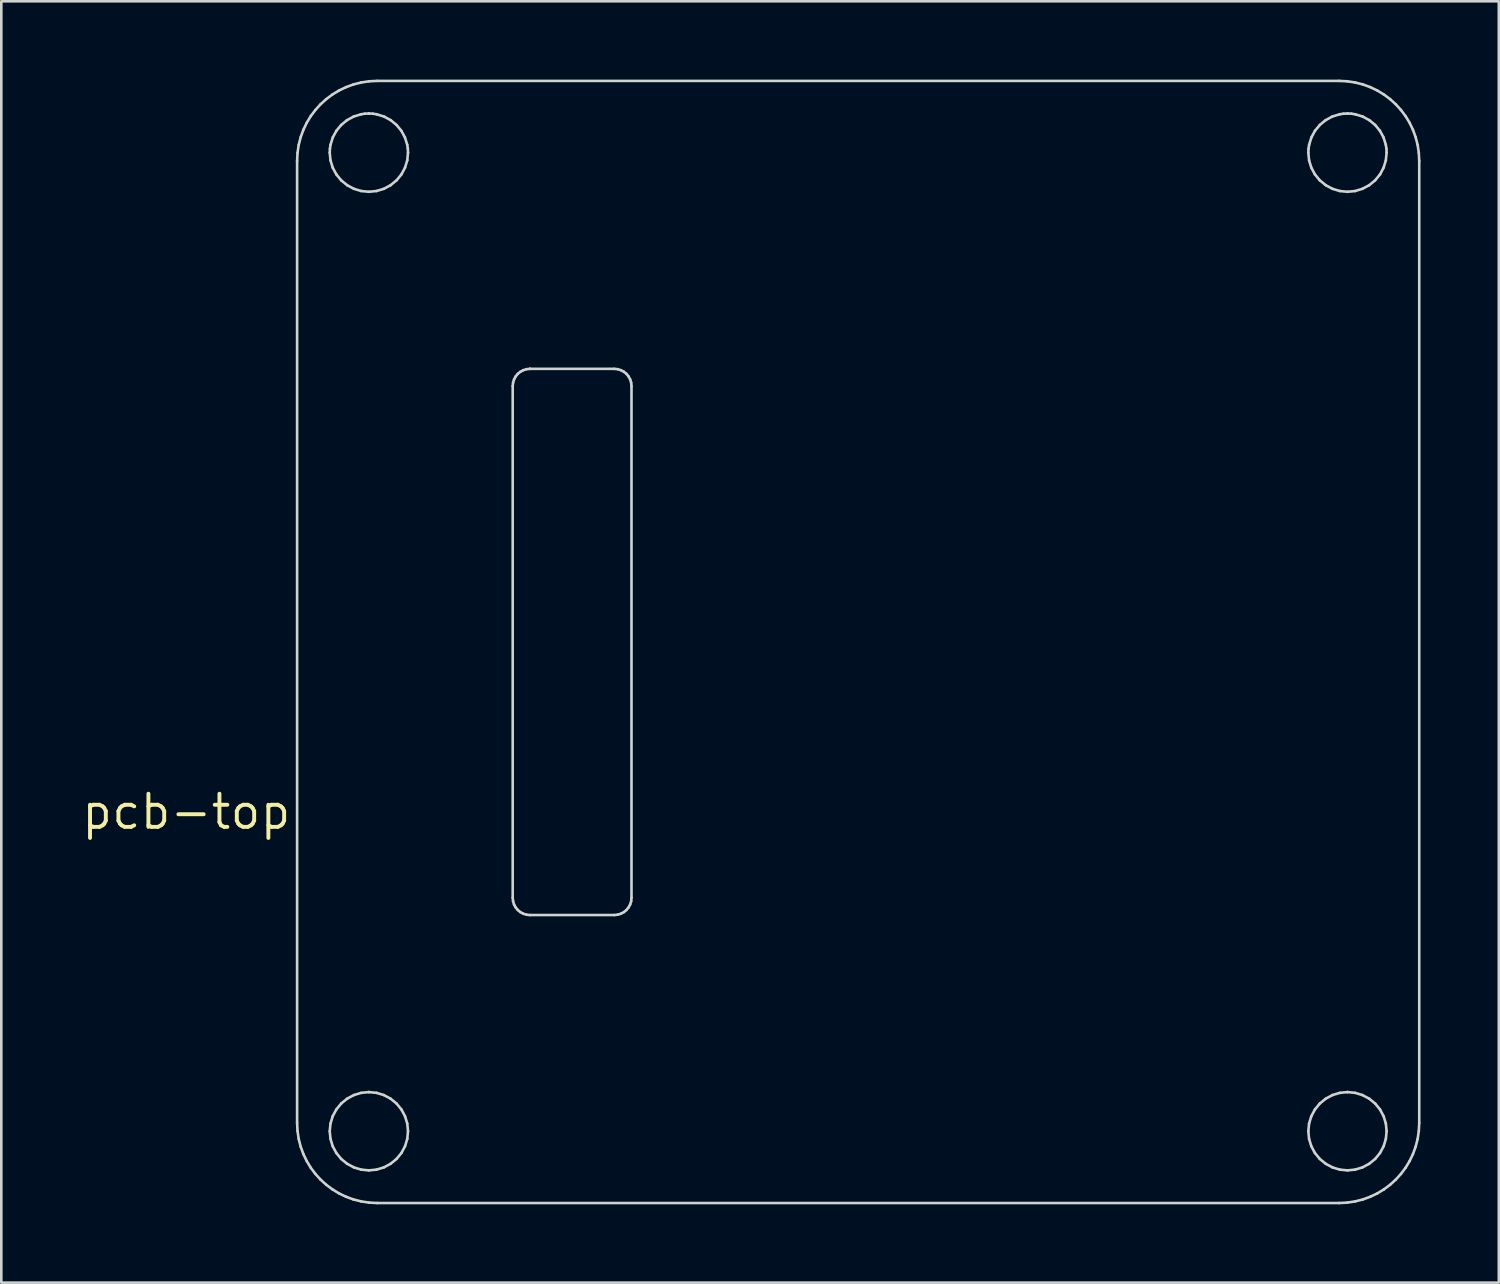
<source format=kicad_pcb>
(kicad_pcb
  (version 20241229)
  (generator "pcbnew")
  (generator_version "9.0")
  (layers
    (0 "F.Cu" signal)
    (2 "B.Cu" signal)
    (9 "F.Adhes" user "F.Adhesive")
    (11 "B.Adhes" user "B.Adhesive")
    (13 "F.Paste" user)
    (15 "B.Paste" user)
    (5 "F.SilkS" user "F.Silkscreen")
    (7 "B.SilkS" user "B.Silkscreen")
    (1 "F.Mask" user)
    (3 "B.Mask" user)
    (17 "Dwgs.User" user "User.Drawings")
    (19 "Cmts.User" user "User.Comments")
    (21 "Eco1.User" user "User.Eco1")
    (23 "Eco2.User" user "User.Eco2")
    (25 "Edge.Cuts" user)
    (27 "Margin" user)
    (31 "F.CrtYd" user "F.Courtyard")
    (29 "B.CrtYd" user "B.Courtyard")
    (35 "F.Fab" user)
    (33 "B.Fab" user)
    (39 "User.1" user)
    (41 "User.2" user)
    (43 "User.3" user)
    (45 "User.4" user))
  (footprint "pcb-top"
    (layer "F.Cu")
    (at 6.629 24.068)
    (property "Reference" "pcb-top" (at -2.54 3.988 0) (layer "F.SilkS") (effects (font (size 1.27 1.27) (thickness 0.15))))
    (attr through_hole)
    (fp_line (start 1.706 -20.947) (end 1.706 15.91) (stroke (width 0.1) (type solid)) (layer "Edge.Cuts"))
    (fp_line (start 1.706 15.91) (end 1.722 16.225) (stroke (width 0.1) (type solid)) (layer "Edge.Cuts"))
    (fp_line (start 1.722 -21.262) (end 1.706 -20.947) (stroke (width 0.1) (type solid)) (layer "Edge.Cuts"))
    (fp_line (start 1.722 16.225) (end 1.768 16.53) (stroke (width 0.1) (type solid)) (layer "Edge.Cuts"))
    (fp_line (start 1.768 -21.568) (end 1.722 -21.262) (stroke (width 0.1) (type solid)) (layer "Edge.Cuts"))
    (fp_line (start 1.768 16.53) (end 1.844 16.825) (stroke (width 0.1) (type solid)) (layer "Edge.Cuts"))
    (fp_line (start 1.844 -21.863) (end 1.768 -21.568) (stroke (width 0.1) (type solid)) (layer "Edge.Cuts"))
    (fp_line (start 1.844 16.825) (end 1.947 17.108) (stroke (width 0.1) (type solid)) (layer "Edge.Cuts"))
    (fp_line (start 1.947 -22.145) (end 1.844 -21.863) (stroke (width 0.1) (type solid)) (layer "Edge.Cuts"))
    (fp_line (start 1.947 17.108) (end 2.076 17.376) (stroke (width 0.1) (type solid)) (layer "Edge.Cuts"))
    (fp_line (start 2.076 -22.414) (end 1.947 -22.145) (stroke (width 0.1) (type solid)) (layer "Edge.Cuts"))
    (fp_line (start 2.076 17.376) (end 2.229 17.63) (stroke (width 0.1) (type solid)) (layer "Edge.Cuts"))
    (fp_line (start 2.229 -22.667) (end 2.076 -22.414) (stroke (width 0.1) (type solid)) (layer "Edge.Cuts"))
    (fp_line (start 2.229 17.63) (end 2.406 17.866) (stroke (width 0.1) (type solid)) (layer "Edge.Cuts"))
    (fp_line (start 2.406 -22.903) (end 2.229 -22.667) (stroke (width 0.1) (type solid)) (layer "Edge.Cuts"))
    (fp_line (start 2.406 17.866) (end 2.604 18.084) (stroke (width 0.1) (type solid)) (layer "Edge.Cuts"))
    (fp_line (start 2.604 -23.121) (end 2.406 -22.903) (stroke (width 0.1) (type solid)) (layer "Edge.Cuts"))
    (fp_line (start 2.604 18.084) (end 2.822 18.282) (stroke (width 0.1) (type solid)) (layer "Edge.Cuts"))
    (fp_line (start 2.822 -23.319) (end 2.604 -23.121) (stroke (width 0.1) (type solid)) (layer "Edge.Cuts"))
    (fp_line (start 2.822 18.282) (end 3.058 18.458) (stroke (width 0.1) (type solid)) (layer "Edge.Cuts"))
    (fp_line (start 2.956 -21.269) (end 2.964 -21.422) (stroke (width 0.1) (type solid)) (layer "Edge.Cuts"))
    (fp_line (start 2.956 16.231) (end 2.985 15.937) (stroke (width 0.1) (type solid)) (layer "Edge.Cuts"))
    (fp_line (start 2.964 -21.422) (end 2.987 -21.571) (stroke (width 0.1) (type solid)) (layer "Edge.Cuts"))
    (fp_line (start 2.985 -20.975) (end 2.956 -21.269) (stroke (width 0.1) (type solid)) (layer "Edge.Cuts"))
    (fp_line (start 2.985 15.937) (end 3.07 15.657) (stroke (width 0.1) (type solid)) (layer "Edge.Cuts"))
    (fp_line (start 2.985 16.525) (end 2.956 16.231) (stroke (width 0.1) (type solid)) (layer "Edge.Cuts"))
    (fp_line (start 2.987 -21.571) (end 3.074 -21.853) (stroke (width 0.1) (type solid)) (layer "Edge.Cuts"))
    (fp_line (start 3.058 -23.495) (end 2.822 -23.319) (stroke (width 0.1) (type solid)) (layer "Edge.Cuts"))
    (fp_line (start 3.058 18.458) (end 3.311 18.612) (stroke (width 0.1) (type solid)) (layer "Edge.Cuts"))
    (fp_line (start 3.07 16.805) (end 2.985 16.525) (stroke (width 0.1) (type solid)) (layer "Edge.Cuts"))
    (fp_line (start 3.07 -20.695) (end 2.985 -20.975) (stroke (width 0.1) (type solid)) (layer "Edge.Cuts"))
    (fp_line (start 3.07 15.657) (end 3.208 15.399) (stroke (width 0.1) (type solid)) (layer "Edge.Cuts"))
    (fp_line (start 3.074 -21.853) (end 3.212 -22.107) (stroke (width 0.1) (type solid)) (layer "Edge.Cuts"))
    (fp_line (start 3.208 17.064) (end 3.07 16.805) (stroke (width 0.1) (type solid)) (layer "Edge.Cuts"))
    (fp_line (start 3.208 -20.436) (end 3.07 -20.695) (stroke (width 0.1) (type solid)) (layer "Edge.Cuts"))
    (fp_line (start 3.208 15.399) (end 3.395 15.17) (stroke (width 0.1) (type solid)) (layer "Edge.Cuts"))
    (fp_line (start 3.212 -22.107) (end 3.395 -22.329) (stroke (width 0.1) (type solid)) (layer "Edge.Cuts"))
    (fp_line (start 3.311 -23.649) (end 3.058 -23.495) (stroke (width 0.1) (type solid)) (layer "Edge.Cuts"))
    (fp_line (start 3.311 18.612) (end 3.58 18.741) (stroke (width 0.1) (type solid)) (layer "Edge.Cuts"))
    (fp_line (start 3.395 -20.208) (end 3.208 -20.436) (stroke (width 0.1) (type solid)) (layer "Edge.Cuts"))
    (fp_line (start 3.395 15.17) (end 3.624 14.983) (stroke (width 0.1) (type solid)) (layer "Edge.Cuts"))
    (fp_line (start 3.395 17.292) (end 3.208 17.064) (stroke (width 0.1) (type solid)) (layer "Edge.Cuts"))
    (fp_line (start 3.395 -22.329) (end 3.617 -22.512) (stroke (width 0.1) (type solid)) (layer "Edge.Cuts"))
    (fp_line (start 3.58 -23.778) (end 3.311 -23.649) (stroke (width 0.1) (type solid)) (layer "Edge.Cuts"))
    (fp_line (start 3.58 18.741) (end 3.862 18.844) (stroke (width 0.1) (type solid)) (layer "Edge.Cuts"))
    (fp_line (start 3.617 -22.512) (end 3.872 -22.651) (stroke (width 0.1) (type solid)) (layer "Edge.Cuts"))
    (fp_line (start 3.624 17.479) (end 3.395 17.292) (stroke (width 0.1) (type solid)) (layer "Edge.Cuts"))
    (fp_line (start 3.624 -20.021) (end 3.395 -20.208) (stroke (width 0.1) (type solid)) (layer "Edge.Cuts"))
    (fp_line (start 3.624 14.983) (end 3.882 14.845) (stroke (width 0.1) (type solid)) (layer "Edge.Cuts"))
    (fp_line (start 3.862 -23.881) (end 3.58 -23.778) (stroke (width 0.1) (type solid)) (layer "Edge.Cuts"))
    (fp_line (start 3.862 18.844) (end 4.157 18.919) (stroke (width 0.1) (type solid)) (layer "Edge.Cuts"))
    (fp_line (start 3.872 -22.651) (end 4.154 -22.738) (stroke (width 0.1) (type solid)) (layer "Edge.Cuts"))
    (fp_line (start 3.882 -19.883) (end 3.624 -20.021) (stroke (width 0.1) (type solid)) (layer "Edge.Cuts"))
    (fp_line (start 3.882 14.845) (end 4.162 14.76) (stroke (width 0.1) (type solid)) (layer "Edge.Cuts"))
    (fp_line (start 3.882 17.617) (end 3.624 17.479) (stroke (width 0.1) (type solid)) (layer "Edge.Cuts"))
    (fp_line (start 4.154 -22.738) (end 4.303 -22.761) (stroke (width 0.1) (type solid)) (layer "Edge.Cuts"))
    (fp_line (start 4.157 -23.956) (end 3.862 -23.881) (stroke (width 0.1) (type solid)) (layer "Edge.Cuts"))
    (fp_line (start 4.157 18.919) (end 4.463 18.966) (stroke (width 0.1) (type solid)) (layer "Edge.Cuts"))
    (fp_line (start 4.162 -19.798) (end 3.882 -19.883) (stroke (width 0.1) (type solid)) (layer "Edge.Cuts"))
    (fp_line (start 4.162 14.76) (end 4.456 14.731) (stroke (width 0.1) (type solid)) (layer "Edge.Cuts"))
    (fp_line (start 4.162 17.702) (end 3.882 17.617) (stroke (width 0.1) (type solid)) (layer "Edge.Cuts"))
    (fp_line (start 4.303 -22.761) (end 4.456 -22.768) (stroke (width 0.1) (type solid)) (layer "Edge.Cuts"))
    (fp_line (start 4.456 -22.768) (end 4.456 -22.768) (stroke (width 0.1) (type solid)) (layer "Edge.Cuts"))
    (fp_line (start 4.456 -22.768) (end 4.609 -22.761) (stroke (width 0.1) (type solid)) (layer "Edge.Cuts"))
    (fp_line (start 4.456 -19.769) (end 4.162 -19.798) (stroke (width 0.1) (type solid)) (layer "Edge.Cuts"))
    (fp_line (start 4.456 14.731) (end 4.456 14.731) (stroke (width 0.1) (type solid)) (layer "Edge.Cuts"))
    (fp_line (start 4.456 14.731) (end 4.75 14.76) (stroke (width 0.1) (type solid)) (layer "Edge.Cuts"))
    (fp_line (start 4.456 17.731) (end 4.162 17.702) (stroke (width 0.1) (type solid)) (layer "Edge.Cuts"))
    (fp_line (start 4.463 -24.003) (end 4.157 -23.956) (stroke (width 0.1) (type solid)) (layer "Edge.Cuts"))
    (fp_line (start 4.463 18.966) (end 4.778 18.982) (stroke (width 0.1) (type solid)) (layer "Edge.Cuts"))
    (fp_line (start 4.609 -22.761) (end 4.758 -22.738) (stroke (width 0.1) (type solid)) (layer "Edge.Cuts"))
    (fp_line (start 4.75 -19.798) (end 4.456 -19.769) (stroke (width 0.1) (type solid)) (layer "Edge.Cuts"))
    (fp_line (start 4.75 14.76) (end 5.03 14.845) (stroke (width 0.1) (type solid)) (layer "Edge.Cuts"))
    (fp_line (start 4.75 17.702) (end 4.456 17.731) (stroke (width 0.1) (type solid)) (layer "Edge.Cuts"))
    (fp_line (start 4.758 -22.738) (end 5.04 -22.651) (stroke (width 0.1) (type solid)) (layer "Edge.Cuts"))
    (fp_line (start 4.778 -24.018) (end 4.463 -24.003) (stroke (width 0.1) (type solid)) (layer "Edge.Cuts"))
    (fp_line (start 4.778 18.982) (end 41.635 18.982) (stroke (width 0.1) (type solid)) (layer "Edge.Cuts"))
    (fp_line (start 5.03 -19.883) (end 4.75 -19.798) (stroke (width 0.1) (type solid)) (layer "Edge.Cuts"))
    (fp_line (start 5.03 14.845) (end 5.288 14.983) (stroke (width 0.1) (type solid)) (layer "Edge.Cuts"))
    (fp_line (start 5.03 17.617) (end 4.75 17.702) (stroke (width 0.1) (type solid)) (layer "Edge.Cuts"))
    (fp_line (start 5.04 -22.651) (end 5.295 -22.512) (stroke (width 0.1) (type solid)) (layer "Edge.Cuts"))
    (fp_line (start 5.288 -20.021) (end 5.03 -19.883) (stroke (width 0.1) (type solid)) (layer "Edge.Cuts"))
    (fp_line (start 5.288 14.983) (end 5.517 15.17) (stroke (width 0.1) (type solid)) (layer "Edge.Cuts"))
    (fp_line (start 5.288 17.479) (end 5.03 17.617) (stroke (width 0.1) (type solid)) (layer "Edge.Cuts"))
    (fp_line (start 5.295 -22.512) (end 5.517 -22.329) (stroke (width 0.1) (type solid)) (layer "Edge.Cuts"))
    (fp_line (start 5.517 -22.329) (end 5.7 -22.107) (stroke (width 0.1) (type solid)) (layer "Edge.Cuts"))
    (fp_line (start 5.517 -20.208) (end 5.288 -20.021) (stroke (width 0.1) (type solid)) (layer "Edge.Cuts"))
    (fp_line (start 5.517 15.17) (end 5.704 15.399) (stroke (width 0.1) (type solid)) (layer "Edge.Cuts"))
    (fp_line (start 5.517 17.292) (end 5.288 17.479) (stroke (width 0.1) (type solid)) (layer "Edge.Cuts"))
    (fp_line (start 5.7 -22.107) (end 5.838 -21.853) (stroke (width 0.1) (type solid)) (layer "Edge.Cuts"))
    (fp_line (start 5.704 -20.436) (end 5.517 -20.208) (stroke (width 0.1) (type solid)) (layer "Edge.Cuts"))
    (fp_line (start 5.704 15.399) (end 5.842 15.657) (stroke (width 0.1) (type solid)) (layer "Edge.Cuts"))
    (fp_line (start 5.704 17.064) (end 5.517 17.292) (stroke (width 0.1) (type solid)) (layer "Edge.Cuts"))
    (fp_line (start 5.838 -21.853) (end 5.926 -21.571) (stroke (width 0.1) (type solid)) (layer "Edge.Cuts"))
    (fp_line (start 5.842 -20.695) (end 5.704 -20.436) (stroke (width 0.1) (type solid)) (layer "Edge.Cuts"))
    (fp_line (start 5.842 15.657) (end 5.927 15.937) (stroke (width 0.1) (type solid)) (layer "Edge.Cuts"))
    (fp_line (start 5.842 16.805) (end 5.704 17.064) (stroke (width 0.1) (type solid)) (layer "Edge.Cuts"))
    (fp_line (start 5.926 -21.571) (end 5.949 -21.422) (stroke (width 0.1) (type solid)) (layer "Edge.Cuts"))
    (fp_line (start 5.927 -20.975) (end 5.842 -20.695) (stroke (width 0.1) (type solid)) (layer "Edge.Cuts"))
    (fp_line (start 5.927 15.937) (end 5.956 16.231) (stroke (width 0.1) (type solid)) (layer "Edge.Cuts"))
    (fp_line (start 5.927 16.525) (end 5.842 16.805) (stroke (width 0.1) (type solid)) (layer "Edge.Cuts"))
    (fp_line (start 5.949 -21.422) (end 5.956 -21.269) (stroke (width 0.1) (type solid)) (layer "Edge.Cuts"))
    (fp_line (start 5.956 -21.269) (end 5.927 -20.975) (stroke (width 0.1) (type solid)) (layer "Edge.Cuts"))
    (fp_line (start 5.956 16.231) (end 5.927 16.525) (stroke (width 0.1) (type solid)) (layer "Edge.Cuts"))
    (fp_line (start 9.968 -12.323) (end 9.982 -12.456) (stroke (width 0.1) (type solid)) (layer "Edge.Cuts"))
    (fp_line (start 9.968 7.285) (end 9.968 -12.323) (stroke (width 0.1) (type solid)) (layer "Edge.Cuts"))
    (fp_line (start 9.982 -12.456) (end 10.02 -12.58) (stroke (width 0.1) (type solid)) (layer "Edge.Cuts"))
    (fp_line (start 9.982 7.419) (end 9.968 7.285) (stroke (width 0.1) (type solid)) (layer "Edge.Cuts"))
    (fp_line (start 10.02 -12.58) (end 10.081 -12.693) (stroke (width 0.1) (type solid)) (layer "Edge.Cuts"))
    (fp_line (start 10.02 7.543) (end 9.982 7.419) (stroke (width 0.1) (type solid)) (layer "Edge.Cuts"))
    (fp_line (start 10.081 -12.693) (end 10.162 -12.791) (stroke (width 0.1) (type solid)) (layer "Edge.Cuts"))
    (fp_line (start 10.081 7.655) (end 10.02 7.543) (stroke (width 0.1) (type solid)) (layer "Edge.Cuts"))
    (fp_line (start 10.162 -12.791) (end 10.26 -12.871) (stroke (width 0.1) (type solid)) (layer "Edge.Cuts"))
    (fp_line (start 10.162 7.753) (end 10.081 7.655) (stroke (width 0.1) (type solid)) (layer "Edge.Cuts"))
    (fp_line (start 10.26 -12.871) (end 10.372 -12.932) (stroke (width 0.1) (type solid)) (layer "Edge.Cuts"))
    (fp_line (start 10.26 7.834) (end 10.162 7.753) (stroke (width 0.1) (type solid)) (layer "Edge.Cuts"))
    (fp_line (start 10.372 -12.932) (end 10.496 -12.971) (stroke (width 0.1) (type solid)) (layer "Edge.Cuts"))
    (fp_line (start 10.372 7.895) (end 10.26 7.834) (stroke (width 0.1) (type solid)) (layer "Edge.Cuts"))
    (fp_line (start 10.496 -12.971) (end 10.63 -12.984) (stroke (width 0.1) (type solid)) (layer "Edge.Cuts"))
    (fp_line (start 10.496 7.933) (end 10.372 7.895) (stroke (width 0.1) (type solid)) (layer "Edge.Cuts"))
    (fp_line (start 10.63 -12.984) (end 10.63 -12.984) (stroke (width 0.1) (type solid)) (layer "Edge.Cuts"))
    (fp_line (start 10.63 -12.984) (end 13.859 -12.984) (stroke (width 0.1) (type solid)) (layer "Edge.Cuts"))
    (fp_line (start 10.63 7.947) (end 10.496 7.933) (stroke (width 0.1) (type solid)) (layer "Edge.Cuts"))
    (fp_line (start 13.859 -12.984) (end 13.992 -12.971) (stroke (width 0.1) (type solid)) (layer "Edge.Cuts"))
    (fp_line (start 13.859 7.947) (end 10.63 7.947) (stroke (width 0.1) (type solid)) (layer "Edge.Cuts"))
    (fp_line (start 13.992 -12.971) (end 14.117 -12.932) (stroke (width 0.1) (type solid)) (layer "Edge.Cuts"))
    (fp_line (start 13.992 7.933) (end 13.859 7.947) (stroke (width 0.1) (type solid)) (layer "Edge.Cuts"))
    (fp_line (start 14.117 -12.932) (end 14.229 -12.871) (stroke (width 0.1) (type solid)) (layer "Edge.Cuts"))
    (fp_line (start 14.117 7.895) (end 13.992 7.933) (stroke (width 0.1) (type solid)) (layer "Edge.Cuts"))
    (fp_line (start 14.229 -12.871) (end 14.327 -12.791) (stroke (width 0.1) (type solid)) (layer "Edge.Cuts"))
    (fp_line (start 14.229 7.834) (end 14.117 7.895) (stroke (width 0.1) (type solid)) (layer "Edge.Cuts"))
    (fp_line (start 14.327 -12.791) (end 14.407 -12.693) (stroke (width 0.1) (type solid)) (layer "Edge.Cuts"))
    (fp_line (start 14.327 7.753) (end 14.229 7.834) (stroke (width 0.1) (type solid)) (layer "Edge.Cuts"))
    (fp_line (start 14.407 -12.693) (end 14.468 -12.58) (stroke (width 0.1) (type solid)) (layer "Edge.Cuts"))
    (fp_line (start 14.407 7.655) (end 14.327 7.753) (stroke (width 0.1) (type solid)) (layer "Edge.Cuts"))
    (fp_line (start 14.468 -12.58) (end 14.507 -12.456) (stroke (width 0.1) (type solid)) (layer "Edge.Cuts"))
    (fp_line (start 14.468 7.543) (end 14.407 7.655) (stroke (width 0.1) (type solid)) (layer "Edge.Cuts"))
    (fp_line (start 14.507 -12.456) (end 14.52 -12.323) (stroke (width 0.1) (type solid)) (layer "Edge.Cuts"))
    (fp_line (start 14.507 7.419) (end 14.468 7.543) (stroke (width 0.1) (type solid)) (layer "Edge.Cuts"))
    (fp_line (start 14.52 -12.323) (end 14.52 7.285) (stroke (width 0.1) (type solid)) (layer "Edge.Cuts"))
    (fp_line (start 14.52 7.285) (end 14.507 7.419) (stroke (width 0.1) (type solid)) (layer "Edge.Cuts"))
    (fp_line (start 40.456 -21.269) (end 40.464 -21.422) (stroke (width 0.1) (type solid)) (layer "Edge.Cuts"))
    (fp_line (start 40.456 16.231) (end 40.485 15.937) (stroke (width 0.1) (type solid)) (layer "Edge.Cuts"))
    (fp_line (start 40.464 -21.422) (end 40.487 -21.571) (stroke (width 0.1) (type solid)) (layer "Edge.Cuts"))
    (fp_line (start 40.485 -20.975) (end 40.456 -21.269) (stroke (width 0.1) (type solid)) (layer "Edge.Cuts"))
    (fp_line (start 40.485 15.937) (end 40.57 15.657) (stroke (width 0.1) (type solid)) (layer "Edge.Cuts"))
    (fp_line (start 40.485 16.525) (end 40.456 16.231) (stroke (width 0.1) (type solid)) (layer "Edge.Cuts"))
    (fp_line (start 40.487 -21.571) (end 40.574 -21.853) (stroke (width 0.1) (type solid)) (layer "Edge.Cuts"))
    (fp_line (start 40.57 16.805) (end 40.485 16.525) (stroke (width 0.1) (type solid)) (layer "Edge.Cuts"))
    (fp_line (start 40.57 -20.695) (end 40.485 -20.975) (stroke (width 0.1) (type solid)) (layer "Edge.Cuts"))
    (fp_line (start 40.57 15.657) (end 40.708 15.399) (stroke (width 0.1) (type solid)) (layer "Edge.Cuts"))
    (fp_line (start 40.574 -21.853) (end 40.712 -22.107) (stroke (width 0.1) (type solid)) (layer "Edge.Cuts"))
    (fp_line (start 40.708 17.064) (end 40.57 16.805) (stroke (width 0.1) (type solid)) (layer "Edge.Cuts"))
    (fp_line (start 40.708 -20.436) (end 40.57 -20.695) (stroke (width 0.1) (type solid)) (layer "Edge.Cuts"))
    (fp_line (start 40.708 15.399) (end 40.895 15.17) (stroke (width 0.1) (type solid)) (layer "Edge.Cuts"))
    (fp_line (start 40.712 -22.107) (end 40.896 -22.329) (stroke (width 0.1) (type solid)) (layer "Edge.Cuts"))
    (fp_line (start 40.895 17.292) (end 40.708 17.064) (stroke (width 0.1) (type solid)) (layer "Edge.Cuts"))
    (fp_line (start 40.895 -20.208) (end 40.708 -20.436) (stroke (width 0.1) (type solid)) (layer "Edge.Cuts"))
    (fp_line (start 40.895 15.17) (end 41.124 14.983) (stroke (width 0.1) (type solid)) (layer "Edge.Cuts"))
    (fp_line (start 40.896 -22.329) (end 41.118 -22.512) (stroke (width 0.1) (type solid)) (layer "Edge.Cuts"))
    (fp_line (start 41.118 -22.512) (end 41.372 -22.651) (stroke (width 0.1) (type solid)) (layer "Edge.Cuts"))
    (fp_line (start 41.124 17.479) (end 40.895 17.292) (stroke (width 0.1) (type solid)) (layer "Edge.Cuts"))
    (fp_line (start 41.124 -20.021) (end 40.895 -20.208) (stroke (width 0.1) (type solid)) (layer "Edge.Cuts"))
    (fp_line (start 41.124 14.983) (end 41.382 14.845) (stroke (width 0.1) (type solid)) (layer "Edge.Cuts"))
    (fp_line (start 41.372 -22.651) (end 41.654 -22.738) (stroke (width 0.1) (type solid)) (layer "Edge.Cuts"))
    (fp_line (start 41.382 -19.883) (end 41.124 -20.021) (stroke (width 0.1) (type solid)) (layer "Edge.Cuts"))
    (fp_line (start 41.382 14.845) (end 41.662 14.76) (stroke (width 0.1) (type solid)) (layer "Edge.Cuts"))
    (fp_line (start 41.382 17.617) (end 41.124 17.479) (stroke (width 0.1) (type solid)) (layer "Edge.Cuts"))
    (fp_line (start 41.635 -24.018) (end 4.778 -24.018) (stroke (width 0.1) (type solid)) (layer "Edge.Cuts"))
    (fp_line (start 41.635 18.982) (end 41.95 18.966) (stroke (width 0.1) (type solid)) (layer "Edge.Cuts"))
    (fp_line (start 41.654 -22.738) (end 41.803 -22.761) (stroke (width 0.1) (type solid)) (layer "Edge.Cuts"))
    (fp_line (start 41.662 -19.798) (end 41.382 -19.883) (stroke (width 0.1) (type solid)) (layer "Edge.Cuts"))
    (fp_line (start 41.662 14.76) (end 41.956 14.731) (stroke (width 0.1) (type solid)) (layer "Edge.Cuts"))
    (fp_line (start 41.662 17.702) (end 41.382 17.617) (stroke (width 0.1) (type solid)) (layer "Edge.Cuts"))
    (fp_line (start 41.803 -22.761) (end 41.956 -22.768) (stroke (width 0.1) (type solid)) (layer "Edge.Cuts"))
    (fp_line (start 41.95 -24.003) (end 41.635 -24.018) (stroke (width 0.1) (type solid)) (layer "Edge.Cuts"))
    (fp_line (start 41.95 18.966) (end 42.255 18.919) (stroke (width 0.1) (type solid)) (layer "Edge.Cuts"))
    (fp_line (start 41.956 -22.768) (end 41.956 -22.768) (stroke (width 0.1) (type solid)) (layer "Edge.Cuts"))
    (fp_line (start 41.956 -22.768) (end 42.11 -22.761) (stroke (width 0.1) (type solid)) (layer "Edge.Cuts"))
    (fp_line (start 41.956 -19.769) (end 41.662 -19.798) (stroke (width 0.1) (type solid)) (layer "Edge.Cuts"))
    (fp_line (start 41.956 14.731) (end 41.956 14.731) (stroke (width 0.1) (type solid)) (layer "Edge.Cuts"))
    (fp_line (start 41.956 14.731) (end 42.25 14.76) (stroke (width 0.1) (type solid)) (layer "Edge.Cuts"))
    (fp_line (start 41.956 17.731) (end 41.662 17.702) (stroke (width 0.1) (type solid)) (layer "Edge.Cuts"))
    (fp_line (start 42.11 -22.761) (end 42.258 -22.738) (stroke (width 0.1) (type solid)) (layer "Edge.Cuts"))
    (fp_line (start 42.25 -19.798) (end 41.956 -19.769) (stroke (width 0.1) (type solid)) (layer "Edge.Cuts"))
    (fp_line (start 42.25 14.76) (end 42.53 14.845) (stroke (width 0.1) (type solid)) (layer "Edge.Cuts"))
    (fp_line (start 42.25 17.702) (end 41.956 17.731) (stroke (width 0.1) (type solid)) (layer "Edge.Cuts"))
    (fp_line (start 42.255 -23.956) (end 41.95 -24.003) (stroke (width 0.1) (type solid)) (layer "Edge.Cuts"))
    (fp_line (start 42.255 18.919) (end 42.55 18.844) (stroke (width 0.1) (type solid)) (layer "Edge.Cuts"))
    (fp_line (start 42.258 -22.738) (end 42.54 -22.651) (stroke (width 0.1) (type solid)) (layer "Edge.Cuts"))
    (fp_line (start 42.53 -19.883) (end 42.25 -19.798) (stroke (width 0.1) (type solid)) (layer "Edge.Cuts"))
    (fp_line (start 42.53 14.845) (end 42.788 14.983) (stroke (width 0.1) (type solid)) (layer "Edge.Cuts"))
    (fp_line (start 42.53 17.617) (end 42.25 17.702) (stroke (width 0.1) (type solid)) (layer "Edge.Cuts"))
    (fp_line (start 42.54 -22.651) (end 42.795 -22.512) (stroke (width 0.1) (type solid)) (layer "Edge.Cuts"))
    (fp_line (start 42.55 -23.881) (end 42.255 -23.956) (stroke (width 0.1) (type solid)) (layer "Edge.Cuts"))
    (fp_line (start 42.55 18.844) (end 42.832 18.741) (stroke (width 0.1) (type solid)) (layer "Edge.Cuts"))
    (fp_line (start 42.788 -20.021) (end 42.53 -19.883) (stroke (width 0.1) (type solid)) (layer "Edge.Cuts"))
    (fp_line (start 42.788 14.983) (end 43.017 15.17) (stroke (width 0.1) (type solid)) (layer "Edge.Cuts"))
    (fp_line (start 42.788 17.479) (end 42.53 17.617) (stroke (width 0.1) (type solid)) (layer "Edge.Cuts"))
    (fp_line (start 42.795 -22.512) (end 43.017 -22.329) (stroke (width 0.1) (type solid)) (layer "Edge.Cuts"))
    (fp_line (start 42.832 -23.778) (end 42.55 -23.881) (stroke (width 0.1) (type solid)) (layer "Edge.Cuts"))
    (fp_line (start 42.832 18.741) (end 43.101 18.612) (stroke (width 0.1) (type solid)) (layer "Edge.Cuts"))
    (fp_line (start 43.017 -22.329) (end 43.2 -22.107) (stroke (width 0.1) (type solid)) (layer "Edge.Cuts"))
    (fp_line (start 43.017 -20.208) (end 42.788 -20.021) (stroke (width 0.1) (type solid)) (layer "Edge.Cuts"))
    (fp_line (start 43.017 15.17) (end 43.204 15.399) (stroke (width 0.1) (type solid)) (layer "Edge.Cuts"))
    (fp_line (start 43.017 17.292) (end 42.788 17.479) (stroke (width 0.1) (type solid)) (layer "Edge.Cuts"))
    (fp_line (start 43.101 -23.649) (end 42.832 -23.778) (stroke (width 0.1) (type solid)) (layer "Edge.Cuts"))
    (fp_line (start 43.101 18.612) (end 43.354 18.458) (stroke (width 0.1) (type solid)) (layer "Edge.Cuts"))
    (fp_line (start 43.2 -22.107) (end 43.338 -21.853) (stroke (width 0.1) (type solid)) (layer "Edge.Cuts"))
    (fp_line (start 43.204 -20.436) (end 43.017 -20.208) (stroke (width 0.1) (type solid)) (layer "Edge.Cuts"))
    (fp_line (start 43.204 15.399) (end 43.342 15.657) (stroke (width 0.1) (type solid)) (layer "Edge.Cuts"))
    (fp_line (start 43.204 17.064) (end 43.017 17.292) (stroke (width 0.1) (type solid)) (layer "Edge.Cuts"))
    (fp_line (start 43.338 -21.853) (end 43.426 -21.571) (stroke (width 0.1) (type solid)) (layer "Edge.Cuts"))
    (fp_line (start 43.342 -20.695) (end 43.204 -20.436) (stroke (width 0.1) (type solid)) (layer "Edge.Cuts"))
    (fp_line (start 43.342 15.657) (end 43.427 15.937) (stroke (width 0.1) (type solid)) (layer "Edge.Cuts"))
    (fp_line (start 43.342 16.805) (end 43.204 17.064) (stroke (width 0.1) (type solid)) (layer "Edge.Cuts"))
    (fp_line (start 43.354 -23.495) (end 43.101 -23.649) (stroke (width 0.1) (type solid)) (layer "Edge.Cuts"))
    (fp_line (start 43.354 18.458) (end 43.591 18.282) (stroke (width 0.1) (type solid)) (layer "Edge.Cuts"))
    (fp_line (start 43.426 -21.571) (end 43.449 -21.422) (stroke (width 0.1) (type solid)) (layer "Edge.Cuts"))
    (fp_line (start 43.427 -20.975) (end 43.342 -20.695) (stroke (width 0.1) (type solid)) (layer "Edge.Cuts"))
    (fp_line (start 43.427 15.937) (end 43.456 16.231) (stroke (width 0.1) (type solid)) (layer "Edge.Cuts"))
    (fp_line (start 43.427 16.525) (end 43.342 16.805) (stroke (width 0.1) (type solid)) (layer "Edge.Cuts"))
    (fp_line (start 43.449 -21.422) (end 43.456 -21.269) (stroke (width 0.1) (type solid)) (layer "Edge.Cuts"))
    (fp_line (start 43.456 -21.269) (end 43.427 -20.975) (stroke (width 0.1) (type solid)) (layer "Edge.Cuts"))
    (fp_line (start 43.456 16.231) (end 43.427 16.525) (stroke (width 0.1) (type solid)) (layer "Edge.Cuts"))
    (fp_line (start 43.591 -23.319) (end 43.354 -23.495) (stroke (width 0.1) (type solid)) (layer "Edge.Cuts"))
    (fp_line (start 43.591 18.282) (end 43.808 18.084) (stroke (width 0.1) (type solid)) (layer "Edge.Cuts"))
    (fp_line (start 43.808 -23.121) (end 43.591 -23.319) (stroke (width 0.1) (type solid)) (layer "Edge.Cuts"))
    (fp_line (start 43.808 18.084) (end 44.006 17.866) (stroke (width 0.1) (type solid)) (layer "Edge.Cuts"))
    (fp_line (start 44.006 -22.903) (end 43.808 -23.121) (stroke (width 0.1) (type solid)) (layer "Edge.Cuts"))
    (fp_line (start 44.006 17.866) (end 44.183 17.63) (stroke (width 0.1) (type solid)) (layer "Edge.Cuts"))
    (fp_line (start 44.183 -22.667) (end 44.006 -22.903) (stroke (width 0.1) (type solid)) (layer "Edge.Cuts"))
    (fp_line (start 44.183 17.63) (end 44.336 17.376) (stroke (width 0.1) (type solid)) (layer "Edge.Cuts"))
    (fp_line (start 44.336 -22.414) (end 44.183 -22.667) (stroke (width 0.1) (type solid)) (layer "Edge.Cuts"))
    (fp_line (start 44.336 17.376) (end 44.465 17.108) (stroke (width 0.1) (type solid)) (layer "Edge.Cuts"))
    (fp_line (start 44.465 -22.145) (end 44.336 -22.414) (stroke (width 0.1) (type solid)) (layer "Edge.Cuts"))
    (fp_line (start 44.465 17.108) (end 44.568 16.825) (stroke (width 0.1) (type solid)) (layer "Edge.Cuts"))
    (fp_line (start 44.568 -21.863) (end 44.465 -22.145) (stroke (width 0.1) (type solid)) (layer "Edge.Cuts"))
    (fp_line (start 44.568 16.825) (end 44.644 16.53) (stroke (width 0.1) (type solid)) (layer "Edge.Cuts"))
    (fp_line (start 44.644 -21.568) (end 44.568 -21.863) (stroke (width 0.1) (type solid)) (layer "Edge.Cuts"))
    (fp_line (start 44.644 16.53) (end 44.69 16.225) (stroke (width 0.1) (type solid)) (layer "Edge.Cuts"))
    (fp_line (start 44.69 -21.262) (end 44.644 -21.568) (stroke (width 0.1) (type solid)) (layer "Edge.Cuts"))
    (fp_line (start 44.69 16.225) (end 44.706 15.91) (stroke (width 0.1) (type solid)) (layer "Edge.Cuts"))
    (fp_line (start 44.706 -20.947) (end 44.69 -21.262) (stroke (width 0.1) (type solid)) (layer "Edge.Cuts"))
    (fp_line (start 44.706 15.91) (end 44.706 -20.947) (stroke (width 0.1) (type solid)) (layer "Edge.Cuts")))
  (gr_rect
    (start -3 -3)
    (end 54.385 46.1)
    (stroke (width 0.1) (type default))
    (fill no)
    (layer "Edge.Cuts")))
</source>
